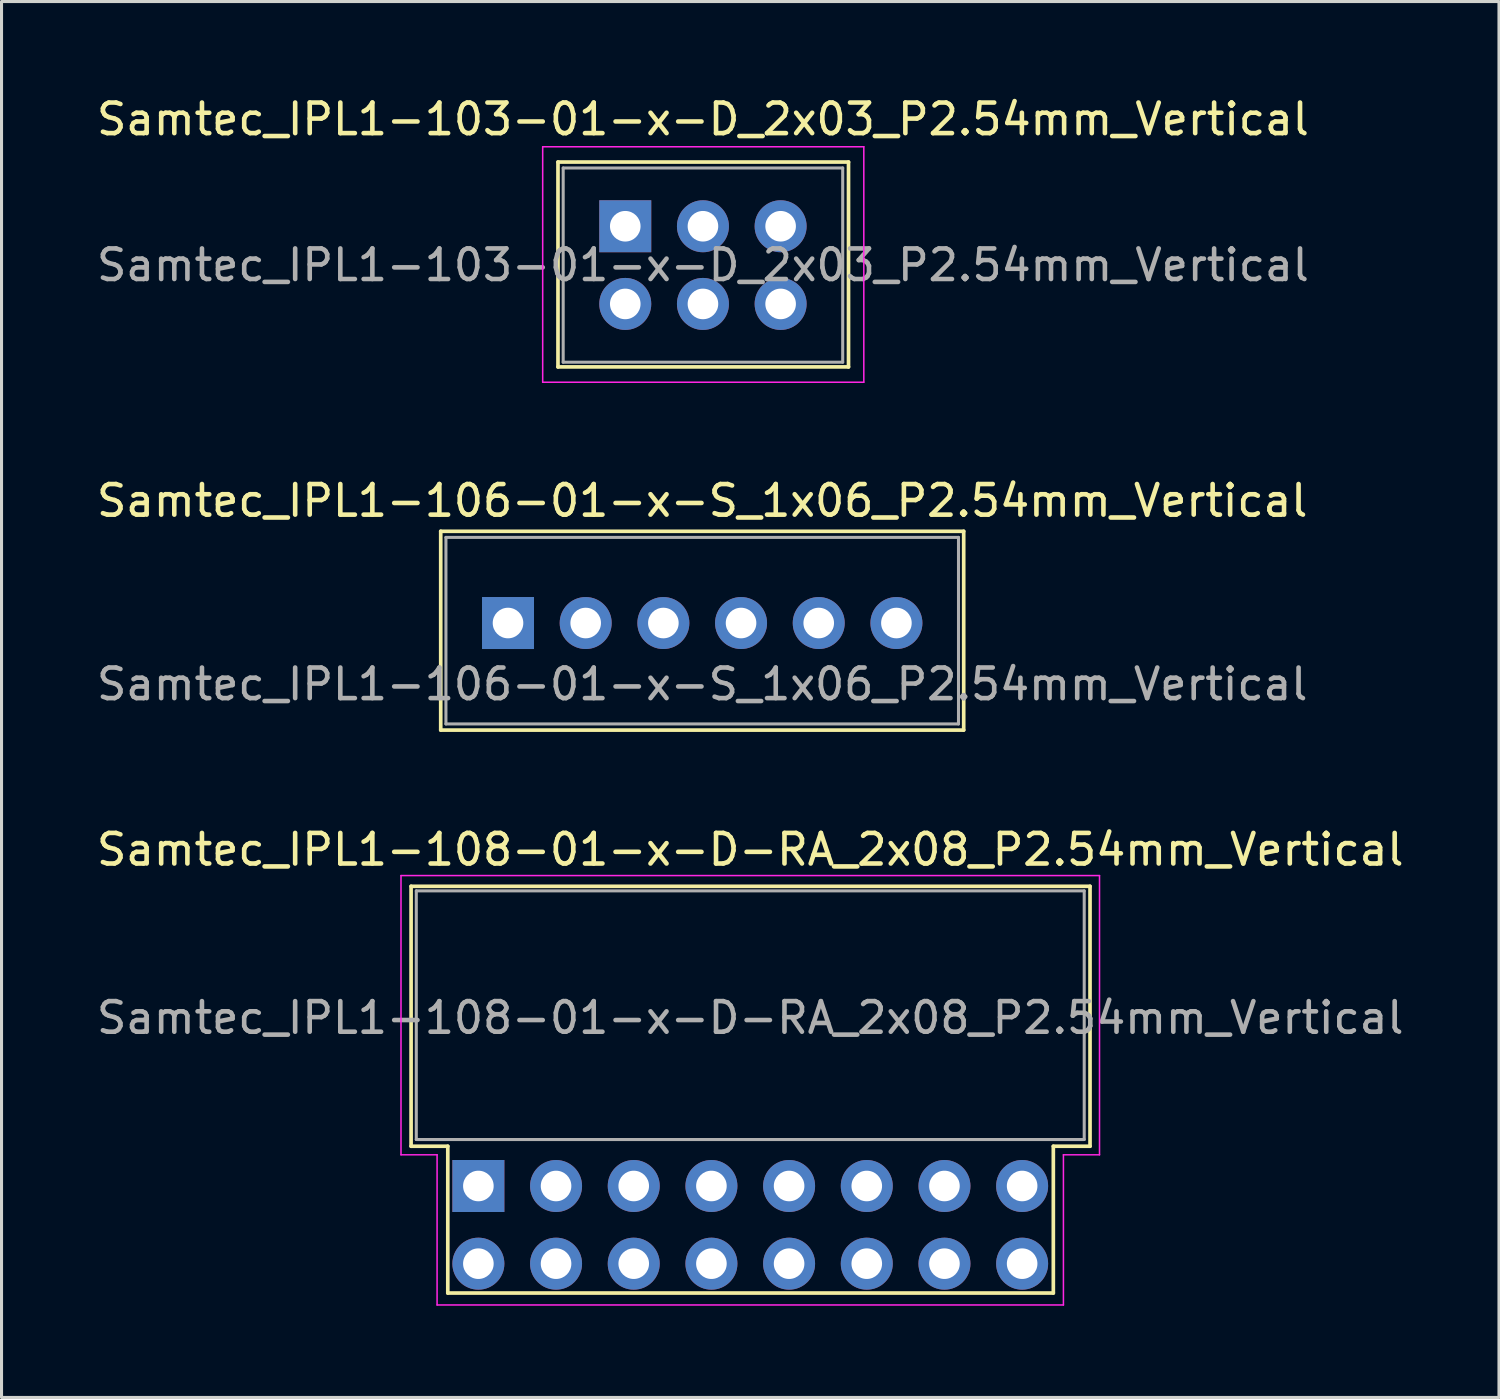
<source format=kicad_pcb>
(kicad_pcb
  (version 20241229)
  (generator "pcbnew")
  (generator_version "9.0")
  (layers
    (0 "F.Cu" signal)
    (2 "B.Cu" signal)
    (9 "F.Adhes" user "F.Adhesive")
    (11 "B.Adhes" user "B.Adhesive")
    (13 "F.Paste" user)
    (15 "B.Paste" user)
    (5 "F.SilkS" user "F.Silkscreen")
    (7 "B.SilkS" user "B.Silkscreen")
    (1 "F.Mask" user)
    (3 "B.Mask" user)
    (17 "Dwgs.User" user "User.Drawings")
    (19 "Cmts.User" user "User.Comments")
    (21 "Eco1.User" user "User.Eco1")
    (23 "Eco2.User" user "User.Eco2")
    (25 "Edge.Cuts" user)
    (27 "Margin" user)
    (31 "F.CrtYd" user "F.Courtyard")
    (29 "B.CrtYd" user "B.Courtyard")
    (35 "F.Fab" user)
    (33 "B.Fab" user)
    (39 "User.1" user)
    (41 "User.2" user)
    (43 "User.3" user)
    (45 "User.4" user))
  (footprint "Samtec_IPL1-103-01-x-D_2x03_P2.54mm_Vertical"
    (layer "F.Cu")
    (at 17.395 4.348)
    (property "Reference" "Samtec_IPL1-103-01-x-D_2x03_P2.54mm_Vertical" (at 2.54 -3.5 0) (unlocked yes) (layer "F.SilkS") (effects (font (size 1 1) (thickness 0.15))))
    (attr through_hole)
    (fp_line (start -2.2 -2.1) (end -2.2 4.6) (stroke (width 0.12) (type solid)) (layer "F.SilkS"))
    (fp_line (start -2.2 4.6) (end 7.3 4.6) (stroke (width 0.12) (type solid)) (layer "F.SilkS"))
    (fp_line (start 7.3 -2.1) (end -2.2 -2.1) (stroke (width 0.12) (type solid)) (layer "F.SilkS"))
    (fp_line (start 7.3 4.6) (end 7.3 -2.1) (stroke (width 0.12) (type solid)) (layer "F.SilkS"))
    (fp_line (start -2.7 -2.6) (end -2.7 5.1) (stroke (width 0.05) (type solid)) (layer "F.CrtYd"))
    (fp_line (start -2.7 -2.6) (end 7.8 -2.6) (stroke (width 0.05) (type solid)) (layer "F.CrtYd"))
    (fp_line (start -2.7 5.1) (end 7.8 5.1) (stroke (width 0.05) (type solid)) (layer "F.CrtYd"))
    (fp_line (start 7.8 -2.6) (end 7.8 5.1) (stroke (width 0.05) (type solid)) (layer "F.CrtYd"))
    (fp_line (start -2.03 -1.905) (end -2.03 4.445) (stroke (width 0.1) (type solid)) (layer "F.Fab"))
    (fp_line (start 7.11 -1.905) (end -2.03 -1.905) (stroke (width 0.1) (type solid)) (layer "F.Fab"))
    (fp_line (start 7.11 -1.905) (end 7.11 4.445) (stroke (width 0.1) (type solid)) (layer "F.Fab"))
    (fp_line (start 7.11 4.445) (end -2.03 4.445) (stroke (width 0.1) (type solid)) (layer "F.Fab"))
    (fp_text user "${REFERENCE}" (at 2.54 1.27 0) (unlocked yes) (layer "F.Fab") (effects (font (size 1 1) (thickness 0.15))))
    (pad "1" thru_hole rect (at 0 0) (size 1.7 1.7) (drill 1) (layers "*.Cu" "*.Mask"))
    (pad "2" thru_hole circle (at 2.54 0) (size 1.7 1.7) (drill 1) (layers "*.Cu" "*.Mask"))
    (pad "3" thru_hole circle (at 5.08 0) (size 1.7 1.7) (drill 1) (layers "*.Cu" "*.Mask"))
    (pad "4" thru_hole circle (at 0 2.54) (size 1.7 1.7) (drill 1) (layers "*.Cu" "*.Mask"))
    (pad "5" thru_hole circle (at 2.54 2.54) (size 1.7 1.7) (drill 1) (layers "*.Cu" "*.Mask"))
    (pad "6" thru_hole circle (at 5.08 2.54) (size 1.7 1.7) (drill 1) (layers "*.Cu" "*.Mask")))
  (footprint "Samtec_IPL1-106-01-x-S_1x06_P2.54mm_Vertical"
    (layer "F.Cu")
    (at 13.561 17.322)
    (property "Reference" "Samtec_IPL1-106-01-x-S_1x06_P2.54mm_Vertical" (at 6.35 -4 0) (unlocked yes) (layer "F.SilkS") (effects (font (size 1 1) (thickness 0.15))))
    (attr through_hole)
    (fp_line (start -2.2 -3) (end -2.2 3.5) (stroke (width 0.12) (type solid)) (layer "F.SilkS"))
    (fp_line (start -2.2 3.5) (end 14.9 3.5) (stroke (width 0.12) (type solid)) (layer "F.SilkS"))
    (fp_line (start 14.9 -3) (end -2.2 -3) (stroke (width 0.12) (type solid)) (layer "F.SilkS"))
    (fp_line (start 14.9 3.5) (end 14.9 -3) (stroke (width 0.12) (type solid)) (layer "F.SilkS"))
    (fp_line (start -2.03 -2.8) (end -2.03 3.3) (stroke (width 0.1) (type solid)) (layer "F.Fab"))
    (fp_line (start 14.73 -2.8) (end -2.03 -2.8) (stroke (width 0.1) (type solid)) (layer "F.Fab"))
    (fp_line (start 14.73 -2.8) (end 14.73 3.3) (stroke (width 0.1) (type solid)) (layer "F.Fab"))
    (fp_line (start 14.73 3.3) (end -2.03 3.3) (stroke (width 0.1) (type solid)) (layer "F.Fab"))
    (fp_text user "${REFERENCE}" (at 6.35 2 0) (unlocked yes) (layer "F.Fab") (effects (font (size 1 1) (thickness 0.15))))
    (pad "1" thru_hole rect (at 0 0) (size 1.7 1.7) (drill 1) (layers "*.Cu" "*.Mask"))
    (pad "2" thru_hole circle (at 2.54 0) (size 1.7 1.7) (drill 1) (layers "*.Cu" "*.Mask"))
    (pad "3" thru_hole circle (at 5.08 0) (size 1.7 1.7) (drill 1) (layers "*.Cu" "*.Mask"))
    (pad "4" thru_hole circle (at 7.62 0) (size 1.7 1.7) (drill 1) (layers "*.Cu" "*.Mask"))
    (pad "5" thru_hole circle (at 10.16 0) (size 1.7 1.7) (drill 1) (layers "*.Cu" "*.Mask"))
    (pad "6" thru_hole circle (at 12.7 0) (size 1.7 1.7) (drill 1) (layers "*.Cu" "*.Mask")))
  (footprint "Samtec_IPL1-108-01-x-D-RA_2x08_P2.54mm_Vertical"
    (layer "F.Cu")
    (at 12.592 35.73)
    (property "Reference" "Samtec_IPL1-108-01-x-D-RA_2x08_P2.54mm_Vertical" (at 8.89 -11 0) (unlocked yes) (layer "F.SilkS") (effects (font (size 1 1) (thickness 0.15))))
    (attr through_hole)
    (fp_line (start -2.2 -9.8) (end -2.2 -1.3) (stroke (width 0.12) (type solid)) (layer "F.SilkS"))
    (fp_line (start -2.2 -1.3) (end -1 -1.3) (stroke (width 0.12) (type solid)) (layer "F.SilkS"))
    (fp_line (start -1 -1.3) (end -1 3.5) (stroke (width 0.12) (type solid)) (layer "F.SilkS"))
    (fp_line (start -1 3.5) (end 18.8 3.5) (stroke (width 0.12) (type solid)) (layer "F.SilkS"))
    (fp_line (start 18.8 -1.3) (end 20 -1.3) (stroke (width 0.12) (type solid)) (layer "F.SilkS"))
    (fp_line (start 18.8 3.5) (end 18.8 -1.3) (stroke (width 0.12) (type solid)) (layer "F.SilkS"))
    (fp_line (start 20 -9.8) (end -2.2 -9.8) (stroke (width 0.12) (type solid)) (layer "F.SilkS"))
    (fp_line (start 20 -1.3) (end 20 -9.8) (stroke (width 0.12) (type solid)) (layer "F.SilkS"))
    (fp_line (start -2.53 -10.15) (end -2.53 -1.02) (stroke (width 0.05) (type solid)) (layer "F.CrtYd"))
    (fp_line (start -2.53 -10.15) (end 20.31 -10.15) (stroke (width 0.05) (type solid)) (layer "F.CrtYd"))
    (fp_line (start -2.53 -1.02) (end -1.35 -1.02) (stroke (width 0.05) (type solid)) (layer "F.CrtYd"))
    (fp_line (start -1.35 -1.02) (end -1.35 3.89) (stroke (width 0.05) (type solid)) (layer "F.CrtYd"))
    (fp_line (start -1.35 3.89) (end 19.13 3.89) (stroke (width 0.05) (type solid)) (layer "F.CrtYd"))
    (fp_line (start 19.13 -1.02) (end 19.13 3.89) (stroke (width 0.05) (type solid)) (layer "F.CrtYd"))
    (fp_line (start 19.13 -1.02) (end 20.31 -1.02) (stroke (width 0.05) (type solid)) (layer "F.CrtYd"))
    (fp_line (start 20.31 -10.15) (end 20.31 -1.02) (stroke (width 0.05) (type solid)) (layer "F.CrtYd"))
    (fp_line (start -2.03 -9.65) (end 19.81 -9.65) (stroke (width 0.1) (type solid)) (layer "F.Fab"))
    (fp_line (start -2.03 -1.52) (end -2.03 -9.65) (stroke (width 0.1) (type solid)) (layer "F.Fab"))
    (fp_line (start -2.03 -1.52) (end 19.81 -1.52) (stroke (width 0.1) (type solid)) (layer "F.Fab"))
    (fp_line (start 19.81 -1.52) (end 19.81 -9.65) (stroke (width 0.1) (type solid)) (layer "F.Fab"))
    (fp_text user "${REFERENCE}" (at 8.89 -5.5 0) (unlocked yes) (layer "F.Fab") (effects (font (size 1 1) (thickness 0.15))))
    (pad "1" thru_hole rect (at 0 0) (size 1.7 1.7) (drill 1) (layers "*.Cu" "*.Mask"))
    (pad "2" thru_hole circle (at 2.54 0) (size 1.7 1.7) (drill 1) (layers "*.Cu" "*.Mask"))
    (pad "3" thru_hole circle (at 5.08 0) (size 1.7 1.7) (drill 1) (layers "*.Cu" "*.Mask"))
    (pad "4" thru_hole circle (at 7.62 0) (size 1.7 1.7) (drill 1) (layers "*.Cu" "*.Mask"))
    (pad "5" thru_hole circle (at 10.16 0) (size 1.7 1.7) (drill 1) (layers "*.Cu" "*.Mask"))
    (pad "6" thru_hole circle (at 12.7 0) (size 1.7 1.7) (drill 1) (layers "*.Cu" "*.Mask"))
    (pad "7" thru_hole circle (at 15.24 0) (size 1.7 1.7) (drill 1) (layers "*.Cu" "*.Mask"))
    (pad "8" thru_hole circle (at 17.78 0) (size 1.7 1.7) (drill 1) (layers "*.Cu" "*.Mask"))
    (pad "9" thru_hole circle (at 0 2.54) (size 1.7 1.7) (drill 1) (layers "*.Cu" "*.Mask"))
    (pad "10" thru_hole circle (at 2.54 2.54) (size 1.7 1.7) (drill 1) (layers "*.Cu" "*.Mask"))
    (pad "11" thru_hole circle (at 5.08 2.54) (size 1.7 1.7) (drill 1) (layers "*.Cu" "*.Mask"))
    (pad "12" thru_hole circle (at 7.62 2.54) (size 1.7 1.7) (drill 1) (layers "*.Cu" "*.Mask"))
    (pad "13" thru_hole circle (at 10.16 2.54) (size 1.7 1.7) (drill 1) (layers "*.Cu" "*.Mask"))
    (pad "14" thru_hole circle (at 12.7 2.54) (size 1.7 1.7) (drill 1) (layers "*.Cu" "*.Mask"))
    (pad "15" thru_hole circle (at 15.24 2.54) (size 1.7 1.7) (drill 1) (layers "*.Cu" "*.Mask"))
    (pad "16" thru_hole circle (at 17.78 2.54) (size 1.7 1.7) (drill 1) (layers "*.Cu" "*.Mask")))
  (gr_rect
    (start -3 -3)
    (end 45.964 42.645)
    (stroke (width 0.1) (type default))
    (fill no)
    (layer "Edge.Cuts")))
</source>
